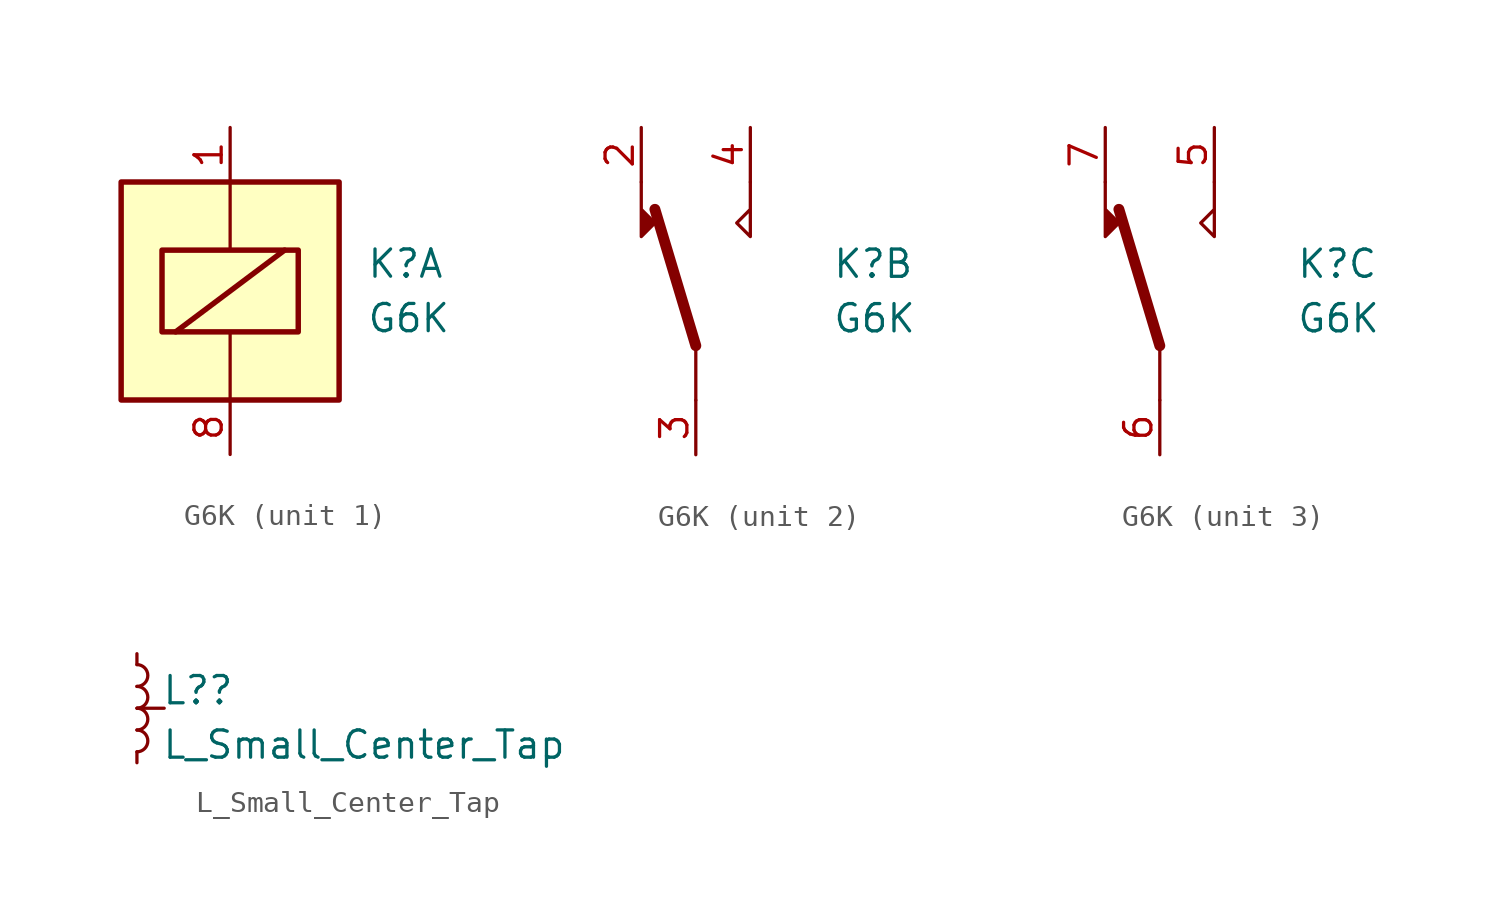
<source format=kicad_sym>
(kicad_symbol_lib
  (version 20211014)
  (generator kicad_symbol_editor)
  (symbol "G6K"
    (property "Reference" "K"
      (at 6.35 1.27 0)
      (effects (font (size 1.27 1.27)) (justify left)))
    (property "Value" "G6K"
      (at 6.35 -1.27 0)
      (effects (font (size 1.27 1.27)) (justify left)))
    (property "ki_locked" ""
      (at 0 0 0)
      (effects (font (size 1.27 1.27))))
    (symbol "G6K_1_1"
      (rectangle (start -5.08 5.08) (end 5.08 -5.08) (stroke (width 0.254) (type default) (color 0 0 0 0)) (fill (type background)))
      (rectangle (start -3.175 1.905) (end 3.175 -1.905) (stroke (width 0.254) (type default) (color 0 0 0 0)) (fill (type none)))
      (polyline (pts (xy -2.54 -1.905) (xy 2.54 1.905)) (stroke (width 0.254) (type default) (color 0 0 0 0)) (fill (type none)))
      (polyline (pts (xy 0 -5.08) (xy 0 -1.905)) (stroke (width 0) (type default) (color 0 0 0 0)) (fill (type none)))
      (polyline (pts (xy 0 5.08) (xy 0 1.905)) (stroke (width 0) (type default) (color 0 0 0 0)) (fill (type none)))
      (pin passive line (at 0 7.62 270) (length 2.54) (name "~" (effects (font (size 1.27 1.27)))) (number "1" (effects (font (size 1.27 1.27)))))
      (pin passive line (at 0 -7.62 90) (length 2.54) (name "~" (effects (font (size 1.27 1.27)))) (number "8" (effects (font (size 1.27 1.27))))))
    (symbol "G6K_2_1"
      (polyline (pts (xy 0 -2.54) (xy -1.905 3.81)) (stroke (width 0.508) (type default) (color 0 0 0 0)) (fill (type none)))
      (polyline (pts (xy 0 -2.54) (xy 0 -5.08)) (stroke (width 0) (type default) (color 0 0 0 0)) (fill (type none)))
      (polyline (pts (xy -2.54 5.08) (xy -2.54 2.54) (xy -1.905 3.175) (xy -2.54 3.81)) (stroke (width 0) (type default) (color 0 0 0 0)) (fill (type outline)))
      (polyline (pts (xy 2.54 5.08) (xy 2.54 2.54) (xy 1.905 3.175) (xy 2.54 3.81)) (stroke (width 0) (type default) (color 0 0 0 0)) (fill (type none)))
      (pin passive line (at -2.54 7.62 270) (length 2.54) (name "~" (effects (font (size 1.27 1.27)))) (number "2" (effects (font (size 1.27 1.27)))))
      (pin passive line (at 0 -7.62 90) (length 2.54) (name "~" (effects (font (size 1.27 1.27)))) (number "3" (effects (font (size 1.27 1.27)))))
      (pin passive line (at 2.54 7.62 270) (length 2.54) (name "~" (effects (font (size 1.27 1.27)))) (number "4" (effects (font (size 1.27 1.27))))))
    (symbol "G6K_3_1"
      (polyline (pts (xy 0 -2.54) (xy -1.905 3.81)) (stroke (width 0.508) (type default) (color 0 0 0 0)) (fill (type none)))
      (polyline (pts (xy 0 -2.54) (xy 0 -5.08)) (stroke (width 0) (type default) (color 0 0 0 0)) (fill (type none)))
      (polyline (pts (xy -2.54 5.08) (xy -2.54 2.54) (xy -1.905 3.175) (xy -2.54 3.81)) (stroke (width 0) (type default) (color 0 0 0 0)) (fill (type outline)))
      (polyline (pts (xy 2.54 5.08) (xy 2.54 2.54) (xy 1.905 3.175) (xy 2.54 3.81)) (stroke (width 0) (type default) (color 0 0 0 0)) (fill (type none)))
      (pin passive line (at 2.54 7.62 270) (length 2.54) (name "~" (effects (font (size 1.27 1.27)))) (number "5" (effects (font (size 1.27 1.27)))))
      (pin passive line (at 0 -7.62 90) (length 2.54) (name "~" (effects (font (size 1.27 1.27)))) (number "6" (effects (font (size 1.27 1.27)))))
      (pin passive line (at -2.54 7.62 270) (length 2.54) (name "~" (effects (font (size 1.27 1.27)))) (number "7" (effects (font (size 1.27 1.27)))))))
  (symbol "L_Small_Center_Tap"
    (pin_numbers hide)
    (pin_names
      (offset 0.254) hide)
    (property "Reference" "L?"
      (at 1.143 0.835 0)
      (effects (font (size 1.27 1.27)) (justify left)))
    (property "Value" "L_Small_Center_Tap"
      (at 1.143 -1.702 0)
      (effects (font (size 1.27 1.27)) (justify left)))
    (symbol "L_Small_Center_Tap_0_0"
      (pin passive line (at 1.27 0 180) (length 1.25) (name "" (effects (font (size 1.27 1.27)))) (number "3" (effects (font (size 1.27 1.27))))))
    (symbol "L_Small_Center_Tap_0_1"
      (arc (start 0 -2.032) (mid 0.508 -1.524) (end 0 -1.016) (stroke (width 0) (type default) (color 0 0 0 0)) (fill (type none)))
      (arc (start 0 -1.016) (mid 0.508 -0.508) (end 0 0) (stroke (width 0) (type default) (color 0 0 0 0)) (fill (type none)))
      (arc (start 0 0) (mid 0.508 0.508) (end 0 1.016) (stroke (width 0) (type default) (color 0 0 0 0)) (fill (type none)))
      (arc (start 0 1.016) (mid 0.508 1.524) (end 0 2.032) (stroke (width 0) (type default) (color 0 0 0 0)) (fill (type none))))
    (symbol "L_Small_Center_Tap_1_1"
      (pin passive line (at 0 2.54 270) (length 0.508) (name "~" (effects (font (size 1.27 1.27)))) (number "1" (effects (font (size 1.27 1.27)))))
      (pin passive line (at 0 -2.54 90) (length 0.508) (name "~" (effects (font (size 1.27 1.27)))) (number "2" (effects (font (size 1.27 1.27))))))))
</source>
